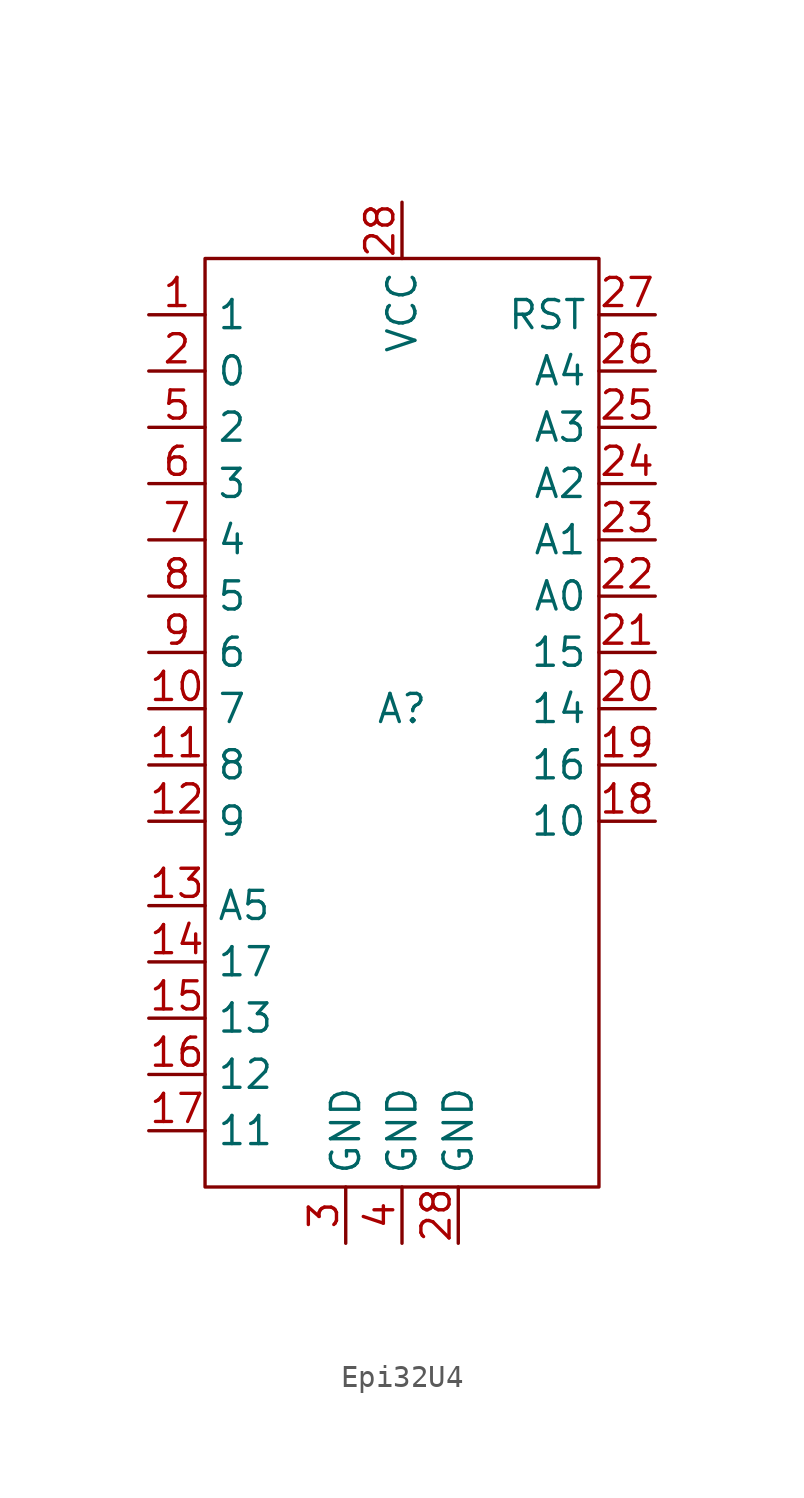
<source format=kicad_sym>
(kicad_symbol_lib
  (version 20220914)
  (generator kicad_symbol_editor)
  (symbol "Epi32U4"
    (property "Reference" "A"
      (at 0 0 0)
      (effects (font (size 1.27 1.27))))
    (property "Value" ""
      (at 3.81 7.62 0)
      (effects (font (size 1.27 1.27))))
    (symbol "Epi32U4_0_1"
      (rectangle (start -8.89 20.32) (end 8.89 -21.59) (stroke (width 0) (type default)) (fill (type none))))
    (symbol "Epi32U4_1_1"
      (pin bidirectional line (at -11.43 17.78 0) (length 2.54) (name "1" (effects (font (size 1.27 1.27)))) (number "1" (effects (font (size 1.27 1.27)))))
      (pin bidirectional line (at -11.43 0 0) (length 2.54) (name "7" (effects (font (size 1.27 1.27)))) (number "10" (effects (font (size 1.27 1.27)))))
      (pin bidirectional line (at -11.43 -2.54 0) (length 2.54) (name "8" (effects (font (size 1.27 1.27)))) (number "11" (effects (font (size 1.27 1.27)))))
      (pin bidirectional line (at -11.43 -5.08 0) (length 2.54) (name "9" (effects (font (size 1.27 1.27)))) (number "12" (effects (font (size 1.27 1.27)))))
      (pin bidirectional line (at -11.43 -8.89 0) (length 2.54) (name "A5" (effects (font (size 1.27 1.27)))) (number "13" (effects (font (size 1.27 1.27)))))
      (pin bidirectional line (at -11.43 -11.43 0) (length 2.54) (name "17" (effects (font (size 1.27 1.27)))) (number "14" (effects (font (size 1.27 1.27)))))
      (pin bidirectional line (at -11.43 -13.97 0) (length 2.54) (name "13" (effects (font (size 1.27 1.27)))) (number "15" (effects (font (size 1.27 1.27)))))
      (pin bidirectional line (at -11.43 -16.51 0) (length 2.54) (name "12" (effects (font (size 1.27 1.27)))) (number "16" (effects (font (size 1.27 1.27)))))
      (pin bidirectional line (at -11.43 -19.05 0) (length 2.54) (name "11" (effects (font (size 1.27 1.27)))) (number "17" (effects (font (size 1.27 1.27)))))
      (pin bidirectional line (at 11.43 -5.08 180) (length 2.54) (name "10" (effects (font (size 1.27 1.27)))) (number "18" (effects (font (size 1.27 1.27)))))
      (pin bidirectional line (at 11.43 -2.54 180) (length 2.54) (name "16" (effects (font (size 1.27 1.27)))) (number "19" (effects (font (size 1.27 1.27)))))
      (pin bidirectional line (at -11.43 15.24 0) (length 2.54) (name "0" (effects (font (size 1.27 1.27)))) (number "2" (effects (font (size 1.27 1.27)))))
      (pin bidirectional line (at 11.43 0 180) (length 2.54) (name "14" (effects (font (size 1.27 1.27)))) (number "20" (effects (font (size 1.27 1.27)))))
      (pin bidirectional line (at 11.43 2.54 180) (length 2.54) (name "15" (effects (font (size 1.27 1.27)))) (number "21" (effects (font (size 1.27 1.27)))))
      (pin bidirectional line (at 11.43 5.08 180) (length 2.54) (name "A0" (effects (font (size 1.27 1.27)))) (number "22" (effects (font (size 1.27 1.27)))))
      (pin bidirectional line (at 11.43 7.62 180) (length 2.54) (name "A1" (effects (font (size 1.27 1.27)))) (number "23" (effects (font (size 1.27 1.27)))))
      (pin bidirectional line (at 11.43 10.16 180) (length 2.54) (name "A2" (effects (font (size 1.27 1.27)))) (number "24" (effects (font (size 1.27 1.27)))))
      (pin bidirectional line (at 11.43 12.7 180) (length 2.54) (name "A3" (effects (font (size 1.27 1.27)))) (number "25" (effects (font (size 1.27 1.27)))))
      (pin bidirectional line (at 11.43 15.24 180) (length 2.54) (name "A4" (effects (font (size 1.27 1.27)))) (number "26" (effects (font (size 1.27 1.27)))))
      (pin passive line (at 11.43 17.78 180) (length 2.54) (name "RST" (effects (font (size 1.27 1.27)))) (number "27" (effects (font (size 1.27 1.27)))))
      (pin power_in line (at 2.54 -24.13 90) (length 2.54) (name "GND" (effects (font (size 1.27 1.27)))) (number "28" (effects (font (size 1.27 1.27)))))
      (pin power_in line (at 0 22.86 270) (length 2.54) (name "VCC" (effects (font (size 1.27 1.27)))) (number "28" (effects (font (size 1.27 1.27)))))
      (pin power_in line (at -2.54 -24.13 90) (length 2.54) (name "GND" (effects (font (size 1.27 1.27)))) (number "3" (effects (font (size 1.27 1.27)))))
      (pin power_in line (at 0 -24.13 90) (length 2.54) (name "GND" (effects (font (size 1.27 1.27)))) (number "4" (effects (font (size 1.27 1.27)))))
      (pin bidirectional line (at -11.43 12.7 0) (length 2.54) (name "2" (effects (font (size 1.27 1.27)))) (number "5" (effects (font (size 1.27 1.27)))))
      (pin bidirectional line (at -11.43 10.16 0) (length 2.54) (name "3" (effects (font (size 1.27 1.27)))) (number "6" (effects (font (size 1.27 1.27)))))
      (pin bidirectional line (at -11.43 7.62 0) (length 2.54) (name "4" (effects (font (size 1.27 1.27)))) (number "7" (effects (font (size 1.27 1.27)))))
      (pin bidirectional line (at -11.43 5.08 0) (length 2.54) (name "5" (effects (font (size 1.27 1.27)))) (number "8" (effects (font (size 1.27 1.27)))))
      (pin bidirectional line (at -11.43 2.54 0) (length 2.54) (name "6" (effects (font (size 1.27 1.27)))) (number "9" (effects (font (size 1.27 1.27))))))))
</source>
